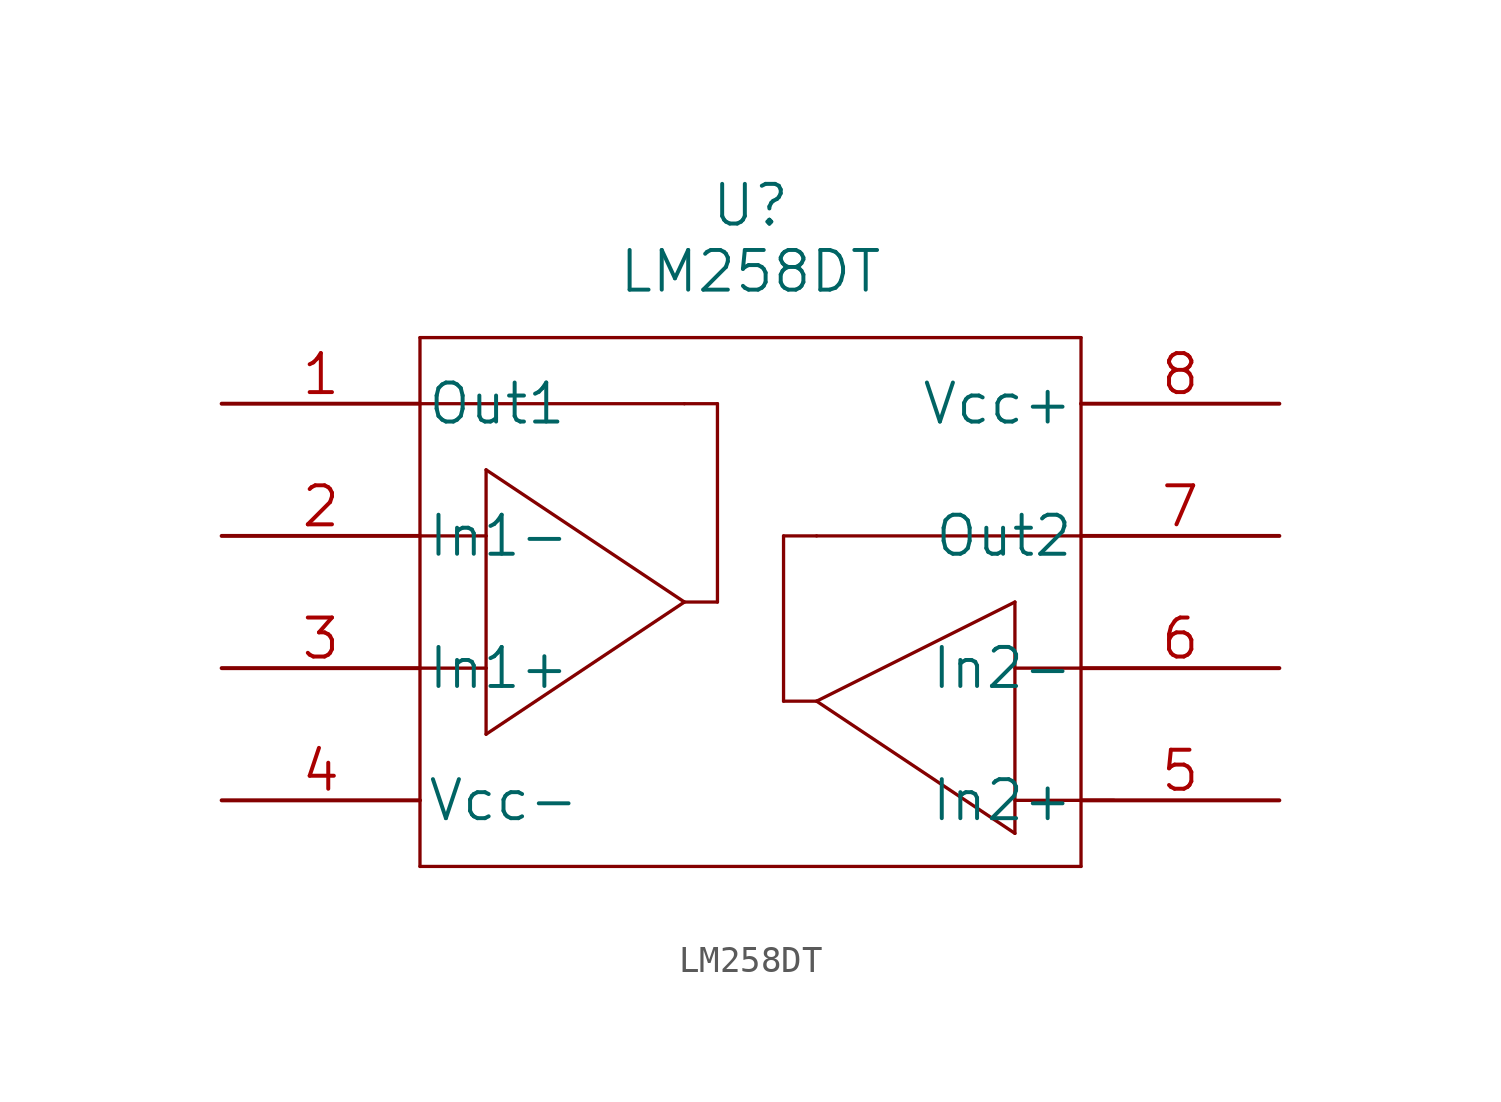
<source format=kicad_sym>
(kicad_symbol_lib
  (version 20211014)
  (generator kicad_symbol_editor)
  (symbol "LM258DT"
    (pin_names
      (offset 0.254))
    (property "Reference" "U"
      (at 20.32 7.62 0)
      (effects (font (size 1.524 1.524))))
    (property "Value" "LM258DT"
      (at 20.32 5.08 0)
      (effects (font (size 1.524 1.524))))
    (property "Datasheet" ""
      (at 0 0 0)
      (effects (font (size 1.524 1.524))))
    (property "ki_locked" ""
      (at 0 0 0)
      (effects (font (size 1.27 1.27))))
    (symbol "LM258DT_1_1"
      (polyline (pts (xy 7.62 -17.78) (xy 33.02 -17.78)) (stroke (width 0.127) (type default) (color 0 0 0 0)) (fill (type none)))
      (polyline (pts (xy 7.62 -10.16) (xy 10.16 -10.16)) (stroke (width 0.127) (type default) (color 0 0 0 0)) (fill (type none)))
      (polyline (pts (xy 7.62 -5.08) (xy 10.16 -5.08)) (stroke (width 0.127) (type default) (color 0 0 0 0)) (fill (type none)))
      (polyline (pts (xy 7.62 0) (xy 17.78 0)) (stroke (width 0.127) (type default) (color 0 0 0 0)) (fill (type none)))
      (polyline (pts (xy 7.62 2.54) (xy 7.62 -17.78)) (stroke (width 0.127) (type default) (color 0 0 0 0)) (fill (type none)))
      (polyline (pts (xy 10.16 -12.7) (xy 17.78 -7.62)) (stroke (width 0.127) (type default) (color 0 0 0 0)) (fill (type none)))
      (polyline (pts (xy 10.16 -10.16) (xy 10.16 -12.7)) (stroke (width 0.127) (type default) (color 0 0 0 0)) (fill (type none)))
      (polyline (pts (xy 10.16 -10.16) (xy 10.16 -5.08)) (stroke (width 0.127) (type default) (color 0 0 0 0)) (fill (type none)))
      (polyline (pts (xy 10.16 -5.08) (xy 10.16 -2.54)) (stroke (width 0.127) (type default) (color 0 0 0 0)) (fill (type none)))
      (polyline (pts (xy 10.16 -2.54) (xy 17.78 -7.62)) (stroke (width 0.127) (type default) (color 0 0 0 0)) (fill (type none)))
      (polyline (pts (xy 17.78 0) (xy 19.05 0)) (stroke (width 0.127) (type default) (color 0 0 0 0)) (fill (type none)))
      (polyline (pts (xy 19.05 -7.62) (xy 17.78 -7.62)) (stroke (width 0.127) (type default) (color 0 0 0 0)) (fill (type none)))
      (polyline (pts (xy 19.05 -7.62) (xy 19.05 0)) (stroke (width 0.127) (type default) (color 0 0 0 0)) (fill (type none)))
      (polyline (pts (xy 21.59 -11.43) (xy 22.86 -11.43)) (stroke (width 0.127) (type default) (color 0 0 0 0)) (fill (type none)))
      (polyline (pts (xy 21.59 -5.08) (xy 21.59 -11.43)) (stroke (width 0.127) (type default) (color 0 0 0 0)) (fill (type none)))
      (polyline (pts (xy 22.86 -11.43) (xy 30.48 -7.62)) (stroke (width 0.127) (type default) (color 0 0 0 0)) (fill (type none)))
      (polyline (pts (xy 22.86 -5.08) (xy 21.59 -5.08)) (stroke (width 0.127) (type default) (color 0 0 0 0)) (fill (type none)))
      (polyline (pts (xy 30.48 -16.51) (xy 22.86 -11.43)) (stroke (width 0.127) (type default) (color 0 0 0 0)) (fill (type none)))
      (polyline (pts (xy 30.48 -15.24) (xy 34.29 -15.24)) (stroke (width 0.127) (type default) (color 0 0 0 0)) (fill (type none)))
      (polyline (pts (xy 30.48 -10.16) (xy 33.02 -10.16)) (stroke (width 0.127) (type default) (color 0 0 0 0)) (fill (type none)))
      (polyline (pts (xy 30.48 -7.62) (xy 30.48 -16.51)) (stroke (width 0.127) (type default) (color 0 0 0 0)) (fill (type none)))
      (polyline (pts (xy 33.02 -17.78) (xy 33.02 2.54)) (stroke (width 0.127) (type default) (color 0 0 0 0)) (fill (type none)))
      (polyline (pts (xy 33.02 -5.08) (xy 22.86 -5.08)) (stroke (width 0.127) (type default) (color 0 0 0 0)) (fill (type none)))
      (polyline (pts (xy 33.02 2.54) (xy 7.62 2.54)) (stroke (width 0.127) (type default) (color 0 0 0 0)) (fill (type none)))
      (pin output line (at 0 0 0) (length 7.62) (name "Out1" (effects (font (size 1.499 1.499)))) (number "1" (effects (font (size 1.499 1.499)))))
      (pin input line (at 0 -5.08 0) (length 7.62) (name "In1-" (effects (font (size 1.499 1.499)))) (number "2" (effects (font (size 1.499 1.499)))))
      (pin input line (at 0 -10.16 0) (length 7.62) (name "In1+" (effects (font (size 1.499 1.499)))) (number "3" (effects (font (size 1.499 1.499)))))
      (pin power_in line (at 0 -15.24 0) (length 7.62) (name "Vcc-" (effects (font (size 1.499 1.499)))) (number "4" (effects (font (size 1.499 1.499)))))
      (pin input line (at 40.64 -15.24 180) (length 7.62) (name "In2+" (effects (font (size 1.499 1.499)))) (number "5" (effects (font (size 1.499 1.499)))))
      (pin input line (at 40.64 -10.16 180) (length 7.62) (name "In2-" (effects (font (size 1.499 1.499)))) (number "6" (effects (font (size 1.499 1.499)))))
      (pin output line (at 40.64 -5.08 180) (length 7.62) (name "Out2" (effects (font (size 1.499 1.499)))) (number "7" (effects (font (size 1.499 1.499)))))
      (pin power_in line (at 40.64 0 180) (length 7.62) (name "Vcc+" (effects (font (size 1.499 1.499)))) (number "8" (effects (font (size 1.499 1.499))))))))
</source>
